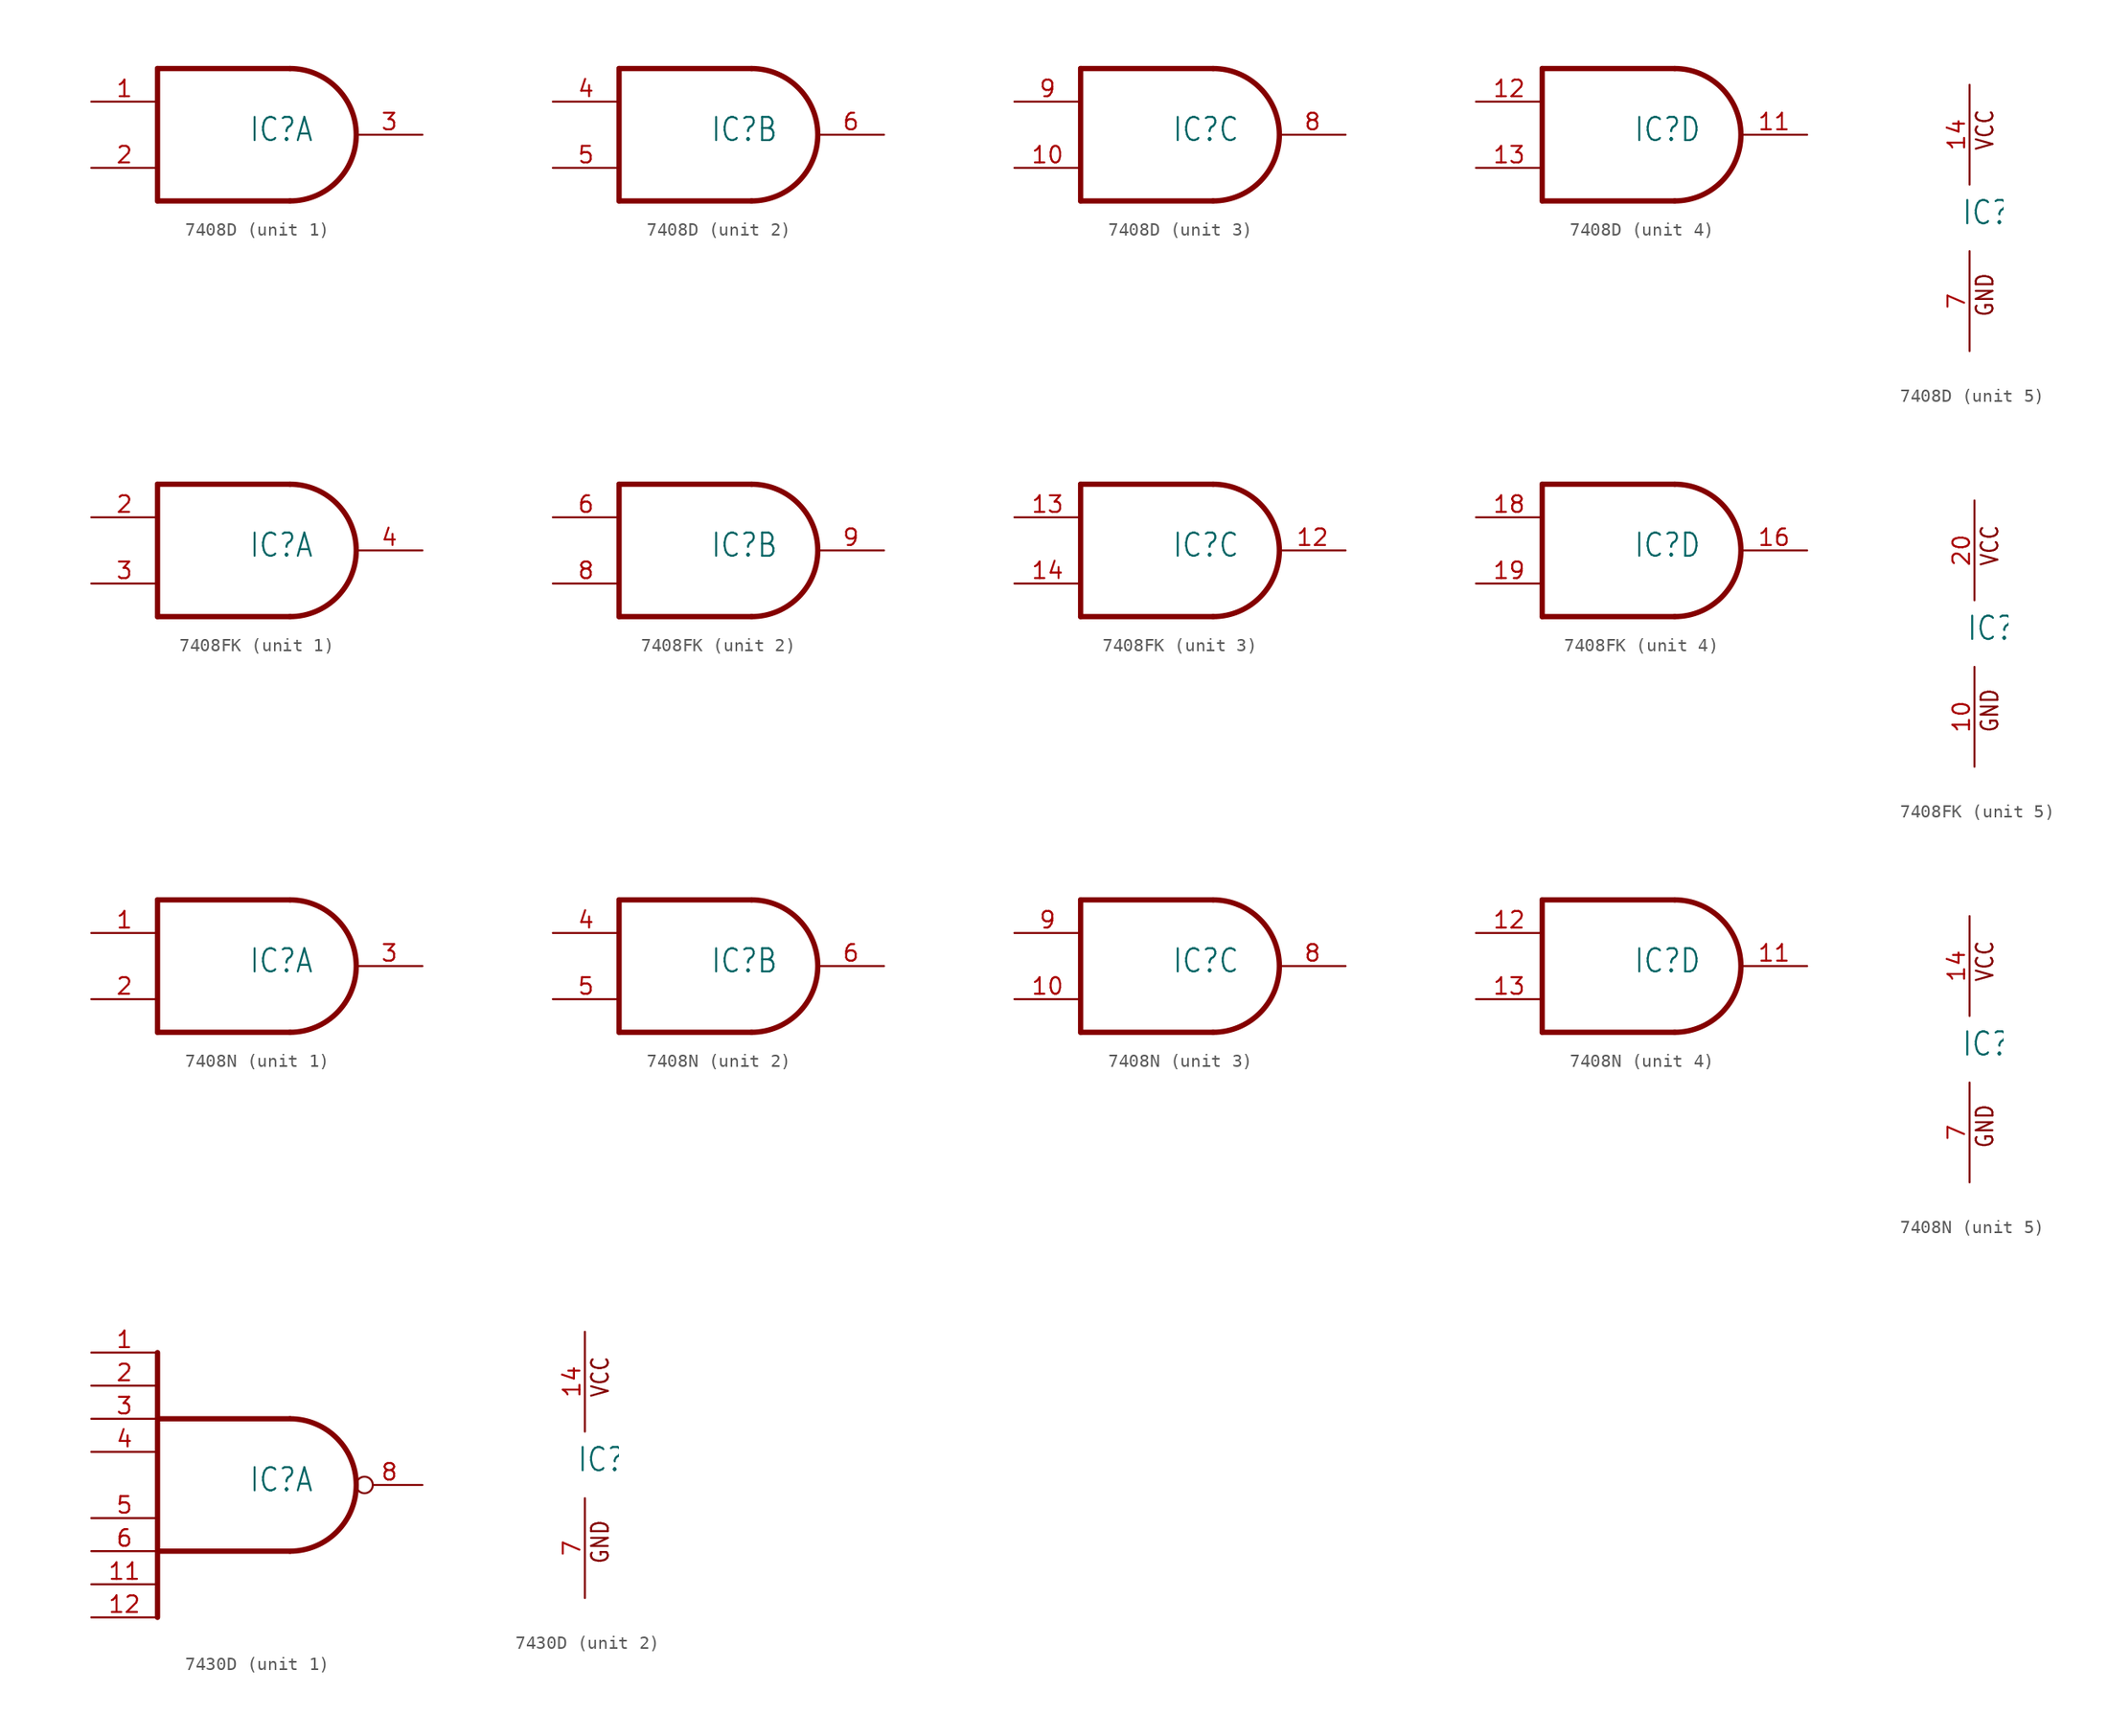
<source format=kicad_sym>
(kicad_symbol_lib
  (version 20220914)
  (generator kicad_symbol_editor)
  (symbol "7408D"
    (property "Reference" "IC"
      (at -0.635 -0.635 0)
      (effects (font (size 1.778 1.511)) (justify left bottom)))
    (property "ki_locked" ""
      (at 0 0 0)
      (effects (font (size 1.27 1.27))))
    (symbol "7408D_1_0"
      (polyline (pts (xy -7.62 -5.08) (xy 2.54 -5.08)) (stroke (width 0.406) (type solid)) (fill (type none)))
      (polyline (pts (xy -7.62 5.08) (xy -7.62 -5.08)) (stroke (width 0.406) (type solid)) (fill (type none)))
      (polyline (pts (xy 2.54 5.08) (xy -7.62 5.08)) (stroke (width 0.406) (type solid)) (fill (type none)))
      (arc (start 2.5398 -5.08) (mid 7.5978 -0.0001) (end 2.54 5.08) (stroke (width 0.4064) (type solid)) (fill (type none)))
      (pin input line (at -12.7 2.54 0) (length 5.08) (name "I0" (effects (font (size 0 0)))) (number "1" (effects (font (size 1.27 1.27)))))
      (pin input line (at -12.7 -2.54 0) (length 5.08) (name "I1" (effects (font (size 0 0)))) (number "2" (effects (font (size 1.27 1.27)))))
      (pin output line (at 12.7 0 180) (length 5.08) (name "O" (effects (font (size 0 0)))) (number "3" (effects (font (size 1.27 1.27))))))
    (symbol "7408D_2_0"
      (polyline (pts (xy -7.62 -5.08) (xy 2.54 -5.08)) (stroke (width 0.406) (type solid)) (fill (type none)))
      (polyline (pts (xy -7.62 5.08) (xy -7.62 -5.08)) (stroke (width 0.406) (type solid)) (fill (type none)))
      (polyline (pts (xy 2.54 5.08) (xy -7.62 5.08)) (stroke (width 0.406) (type solid)) (fill (type none)))
      (arc (start 2.5398 -5.08) (mid 7.5978 -0.0001) (end 2.54 5.08) (stroke (width 0.4064) (type solid)) (fill (type none)))
      (pin input line (at -12.7 2.54 0) (length 5.08) (name "I0" (effects (font (size 0 0)))) (number "4" (effects (font (size 1.27 1.27)))))
      (pin input line (at -12.7 -2.54 0) (length 5.08) (name "I1" (effects (font (size 0 0)))) (number "5" (effects (font (size 1.27 1.27)))))
      (pin output line (at 12.7 0 180) (length 5.08) (name "O" (effects (font (size 0 0)))) (number "6" (effects (font (size 1.27 1.27))))))
    (symbol "7408D_3_0"
      (polyline (pts (xy -7.62 -5.08) (xy 2.54 -5.08)) (stroke (width 0.406) (type solid)) (fill (type none)))
      (polyline (pts (xy -7.62 5.08) (xy -7.62 -5.08)) (stroke (width 0.406) (type solid)) (fill (type none)))
      (polyline (pts (xy 2.54 5.08) (xy -7.62 5.08)) (stroke (width 0.406) (type solid)) (fill (type none)))
      (arc (start 2.5398 -5.08) (mid 7.5978 -0.0001) (end 2.54 5.08) (stroke (width 0.4064) (type solid)) (fill (type none)))
      (pin input line (at -12.7 -2.54 0) (length 5.08) (name "I1" (effects (font (size 0 0)))) (number "10" (effects (font (size 1.27 1.27)))))
      (pin output line (at 12.7 0 180) (length 5.08) (name "O" (effects (font (size 0 0)))) (number "8" (effects (font (size 1.27 1.27)))))
      (pin input line (at -12.7 2.54 0) (length 5.08) (name "I0" (effects (font (size 0 0)))) (number "9" (effects (font (size 1.27 1.27))))))
    (symbol "7408D_4_0"
      (polyline (pts (xy -7.62 -5.08) (xy 2.54 -5.08)) (stroke (width 0.406) (type solid)) (fill (type none)))
      (polyline (pts (xy -7.62 5.08) (xy -7.62 -5.08)) (stroke (width 0.406) (type solid)) (fill (type none)))
      (polyline (pts (xy 2.54 5.08) (xy -7.62 5.08)) (stroke (width 0.406) (type solid)) (fill (type none)))
      (arc (start 2.5398 -5.08) (mid 7.5978 -0.0001) (end 2.54 5.08) (stroke (width 0.4064) (type solid)) (fill (type none)))
      (pin output line (at 12.7 0 180) (length 5.08) (name "O" (effects (font (size 0 0)))) (number "11" (effects (font (size 1.27 1.27)))))
      (pin input line (at -12.7 2.54 0) (length 5.08) (name "I0" (effects (font (size 0 0)))) (number "12" (effects (font (size 1.27 1.27)))))
      (pin input line (at -12.7 -2.54 0) (length 5.08) (name "I1" (effects (font (size 0 0)))) (number "13" (effects (font (size 1.27 1.27))))))
    (symbol "7408D_5_0"
      (text "GND" (at 1.905 -7.62 900) (effects (font (size 1.27 1.079)) (justify left bottom)))
      (text "VCC" (at 1.905 5.08 900) (effects (font (size 1.27 1.079)) (justify left bottom)))
      (pin power_in line (at 0 10.16 270) (length 7.62) (name "VCC" (effects (font (size 0 0)))) (number "14" (effects (font (size 1.27 1.27)))))
      (pin power_in line (at 0 -10.16 90) (length 7.62) (name "GND" (effects (font (size 0 0)))) (number "7" (effects (font (size 1.27 1.27)))))))
  (symbol "7408FK"
    (property "Reference" "IC"
      (at -0.635 -0.635 0)
      (effects (font (size 1.778 1.511)) (justify left bottom)))
    (property "ki_locked" ""
      (at 0 0 0)
      (effects (font (size 1.27 1.27))))
    (symbol "7408FK_1_0"
      (polyline (pts (xy -7.62 -5.08) (xy 2.54 -5.08)) (stroke (width 0.406) (type solid)) (fill (type none)))
      (polyline (pts (xy -7.62 5.08) (xy -7.62 -5.08)) (stroke (width 0.406) (type solid)) (fill (type none)))
      (polyline (pts (xy 2.54 5.08) (xy -7.62 5.08)) (stroke (width 0.406) (type solid)) (fill (type none)))
      (arc (start 2.5398 -5.08) (mid 7.5978 -0.0001) (end 2.54 5.08) (stroke (width 0.4064) (type solid)) (fill (type none)))
      (pin input line (at -12.7 2.54 0) (length 5.08) (name "I0" (effects (font (size 0 0)))) (number "2" (effects (font (size 1.27 1.27)))))
      (pin input line (at -12.7 -2.54 0) (length 5.08) (name "I1" (effects (font (size 0 0)))) (number "3" (effects (font (size 1.27 1.27)))))
      (pin output line (at 12.7 0 180) (length 5.08) (name "O" (effects (font (size 0 0)))) (number "4" (effects (font (size 1.27 1.27))))))
    (symbol "7408FK_2_0"
      (polyline (pts (xy -7.62 -5.08) (xy 2.54 -5.08)) (stroke (width 0.406) (type solid)) (fill (type none)))
      (polyline (pts (xy -7.62 5.08) (xy -7.62 -5.08)) (stroke (width 0.406) (type solid)) (fill (type none)))
      (polyline (pts (xy 2.54 5.08) (xy -7.62 5.08)) (stroke (width 0.406) (type solid)) (fill (type none)))
      (arc (start 2.5398 -5.08) (mid 7.5978 -0.0001) (end 2.54 5.08) (stroke (width 0.4064) (type solid)) (fill (type none)))
      (pin input line (at -12.7 2.54 0) (length 5.08) (name "I0" (effects (font (size 0 0)))) (number "6" (effects (font (size 1.27 1.27)))))
      (pin input line (at -12.7 -2.54 0) (length 5.08) (name "I1" (effects (font (size 0 0)))) (number "8" (effects (font (size 1.27 1.27)))))
      (pin output line (at 12.7 0 180) (length 5.08) (name "O" (effects (font (size 0 0)))) (number "9" (effects (font (size 1.27 1.27))))))
    (symbol "7408FK_3_0"
      (polyline (pts (xy -7.62 -5.08) (xy 2.54 -5.08)) (stroke (width 0.406) (type solid)) (fill (type none)))
      (polyline (pts (xy -7.62 5.08) (xy -7.62 -5.08)) (stroke (width 0.406) (type solid)) (fill (type none)))
      (polyline (pts (xy 2.54 5.08) (xy -7.62 5.08)) (stroke (width 0.406) (type solid)) (fill (type none)))
      (arc (start 2.5398 -5.08) (mid 7.5978 -0.0001) (end 2.54 5.08) (stroke (width 0.4064) (type solid)) (fill (type none)))
      (pin output line (at 12.7 0 180) (length 5.08) (name "O" (effects (font (size 0 0)))) (number "12" (effects (font (size 1.27 1.27)))))
      (pin input line (at -12.7 2.54 0) (length 5.08) (name "I0" (effects (font (size 0 0)))) (number "13" (effects (font (size 1.27 1.27)))))
      (pin input line (at -12.7 -2.54 0) (length 5.08) (name "I1" (effects (font (size 0 0)))) (number "14" (effects (font (size 1.27 1.27))))))
    (symbol "7408FK_4_0"
      (polyline (pts (xy -7.62 -5.08) (xy 2.54 -5.08)) (stroke (width 0.406) (type solid)) (fill (type none)))
      (polyline (pts (xy -7.62 5.08) (xy -7.62 -5.08)) (stroke (width 0.406) (type solid)) (fill (type none)))
      (polyline (pts (xy 2.54 5.08) (xy -7.62 5.08)) (stroke (width 0.406) (type solid)) (fill (type none)))
      (arc (start 2.5398 -5.08) (mid 7.5978 -0.0001) (end 2.54 5.08) (stroke (width 0.4064) (type solid)) (fill (type none)))
      (pin output line (at 12.7 0 180) (length 5.08) (name "O" (effects (font (size 0 0)))) (number "16" (effects (font (size 1.27 1.27)))))
      (pin input line (at -12.7 2.54 0) (length 5.08) (name "I0" (effects (font (size 0 0)))) (number "18" (effects (font (size 1.27 1.27)))))
      (pin input line (at -12.7 -2.54 0) (length 5.08) (name "I1" (effects (font (size 0 0)))) (number "19" (effects (font (size 1.27 1.27))))))
    (symbol "7408FK_5_0"
      (text "GND" (at 1.905 -7.62 900) (effects (font (size 1.27 1.079)) (justify left bottom)))
      (text "VCC" (at 1.905 5.08 900) (effects (font (size 1.27 1.079)) (justify left bottom)))
      (pin power_in line (at 0 -10.16 90) (length 7.62) (name "GND" (effects (font (size 0 0)))) (number "10" (effects (font (size 1.27 1.27)))))
      (pin power_in line (at 0 10.16 270) (length 7.62) (name "VCC" (effects (font (size 0 0)))) (number "20" (effects (font (size 1.27 1.27)))))))
  (symbol "7408N"
    (property "Reference" "IC"
      (at -0.635 -0.635 0)
      (effects (font (size 1.778 1.511)) (justify left bottom)))
    (property "ki_locked" ""
      (at 0 0 0)
      (effects (font (size 1.27 1.27))))
    (symbol "7408N_1_0"
      (polyline (pts (xy -7.62 -5.08) (xy 2.54 -5.08)) (stroke (width 0.406) (type solid)) (fill (type none)))
      (polyline (pts (xy -7.62 5.08) (xy -7.62 -5.08)) (stroke (width 0.406) (type solid)) (fill (type none)))
      (polyline (pts (xy 2.54 5.08) (xy -7.62 5.08)) (stroke (width 0.406) (type solid)) (fill (type none)))
      (arc (start 2.5398 -5.08) (mid 7.5978 -0.0001) (end 2.54 5.08) (stroke (width 0.4064) (type solid)) (fill (type none)))
      (pin input line (at -12.7 2.54 0) (length 5.08) (name "I0" (effects (font (size 0 0)))) (number "1" (effects (font (size 1.27 1.27)))))
      (pin input line (at -12.7 -2.54 0) (length 5.08) (name "I1" (effects (font (size 0 0)))) (number "2" (effects (font (size 1.27 1.27)))))
      (pin output line (at 12.7 0 180) (length 5.08) (name "O" (effects (font (size 0 0)))) (number "3" (effects (font (size 1.27 1.27))))))
    (symbol "7408N_2_0"
      (polyline (pts (xy -7.62 -5.08) (xy 2.54 -5.08)) (stroke (width 0.406) (type solid)) (fill (type none)))
      (polyline (pts (xy -7.62 5.08) (xy -7.62 -5.08)) (stroke (width 0.406) (type solid)) (fill (type none)))
      (polyline (pts (xy 2.54 5.08) (xy -7.62 5.08)) (stroke (width 0.406) (type solid)) (fill (type none)))
      (arc (start 2.5398 -5.08) (mid 7.5978 -0.0001) (end 2.54 5.08) (stroke (width 0.4064) (type solid)) (fill (type none)))
      (pin input line (at -12.7 2.54 0) (length 5.08) (name "I0" (effects (font (size 0 0)))) (number "4" (effects (font (size 1.27 1.27)))))
      (pin input line (at -12.7 -2.54 0) (length 5.08) (name "I1" (effects (font (size 0 0)))) (number "5" (effects (font (size 1.27 1.27)))))
      (pin output line (at 12.7 0 180) (length 5.08) (name "O" (effects (font (size 0 0)))) (number "6" (effects (font (size 1.27 1.27))))))
    (symbol "7408N_3_0"
      (polyline (pts (xy -7.62 -5.08) (xy 2.54 -5.08)) (stroke (width 0.406) (type solid)) (fill (type none)))
      (polyline (pts (xy -7.62 5.08) (xy -7.62 -5.08)) (stroke (width 0.406) (type solid)) (fill (type none)))
      (polyline (pts (xy 2.54 5.08) (xy -7.62 5.08)) (stroke (width 0.406) (type solid)) (fill (type none)))
      (arc (start 2.5398 -5.08) (mid 7.5978 -0.0001) (end 2.54 5.08) (stroke (width 0.4064) (type solid)) (fill (type none)))
      (pin input line (at -12.7 -2.54 0) (length 5.08) (name "I1" (effects (font (size 0 0)))) (number "10" (effects (font (size 1.27 1.27)))))
      (pin output line (at 12.7 0 180) (length 5.08) (name "O" (effects (font (size 0 0)))) (number "8" (effects (font (size 1.27 1.27)))))
      (pin input line (at -12.7 2.54 0) (length 5.08) (name "I0" (effects (font (size 0 0)))) (number "9" (effects (font (size 1.27 1.27))))))
    (symbol "7408N_4_0"
      (polyline (pts (xy -7.62 -5.08) (xy 2.54 -5.08)) (stroke (width 0.406) (type solid)) (fill (type none)))
      (polyline (pts (xy -7.62 5.08) (xy -7.62 -5.08)) (stroke (width 0.406) (type solid)) (fill (type none)))
      (polyline (pts (xy 2.54 5.08) (xy -7.62 5.08)) (stroke (width 0.406) (type solid)) (fill (type none)))
      (arc (start 2.5398 -5.08) (mid 7.5978 -0.0001) (end 2.54 5.08) (stroke (width 0.4064) (type solid)) (fill (type none)))
      (pin output line (at 12.7 0 180) (length 5.08) (name "O" (effects (font (size 0 0)))) (number "11" (effects (font (size 1.27 1.27)))))
      (pin input line (at -12.7 2.54 0) (length 5.08) (name "I0" (effects (font (size 0 0)))) (number "12" (effects (font (size 1.27 1.27)))))
      (pin input line (at -12.7 -2.54 0) (length 5.08) (name "I1" (effects (font (size 0 0)))) (number "13" (effects (font (size 1.27 1.27))))))
    (symbol "7408N_5_0"
      (text "GND" (at 1.905 -7.62 900) (effects (font (size 1.27 1.079)) (justify left bottom)))
      (text "VCC" (at 1.905 5.08 900) (effects (font (size 1.27 1.079)) (justify left bottom)))
      (pin power_in line (at 0 10.16 270) (length 7.62) (name "VCC" (effects (font (size 0 0)))) (number "14" (effects (font (size 1.27 1.27)))))
      (pin power_in line (at 0 -10.16 90) (length 7.62) (name "GND" (effects (font (size 0 0)))) (number "7" (effects (font (size 1.27 1.27)))))))
  (symbol "7430D"
    (property "Reference" "IC"
      (at -0.635 -0.635 0)
      (effects (font (size 1.778 1.511)) (justify left bottom)))
    (property "ki_locked" ""
      (at 0 0 0)
      (effects (font (size 1.27 1.27))))
    (symbol "7430D_1_0"
      (polyline (pts (xy -7.62 -5.08) (xy 2.54 -5.08)) (stroke (width 0.406) (type solid)) (fill (type none)))
      (polyline (pts (xy -7.62 5.08) (xy 2.54 5.08)) (stroke (width 0.406) (type solid)) (fill (type none)))
      (polyline (pts (xy -7.62 10.16) (xy -7.62 -10.16)) (stroke (width 0.406) (type solid)) (fill (type none)))
      (arc (start 2.5398 -5.08) (mid 7.5978 -0.0001) (end 2.54 5.08) (stroke (width 0.4064) (type solid)) (fill (type none)))
      (pin input line (at -12.7 10.16 0) (length 5.08) (name "I0" (effects (font (size 0 0)))) (number "1" (effects (font (size 1.27 1.27)))))
      (pin input line (at -12.7 -7.62 0) (length 5.08) (name "I6" (effects (font (size 0 0)))) (number "11" (effects (font (size 1.27 1.27)))))
      (pin input line (at -12.7 -10.16 0) (length 5.08) (name "I7" (effects (font (size 0 0)))) (number "12" (effects (font (size 1.27 1.27)))))
      (pin input line (at -12.7 7.62 0) (length 5.08) (name "I1" (effects (font (size 0 0)))) (number "2" (effects (font (size 1.27 1.27)))))
      (pin input line (at -12.7 5.08 0) (length 5.08) (name "I2" (effects (font (size 0 0)))) (number "3" (effects (font (size 1.27 1.27)))))
      (pin input line (at -12.7 2.54 0) (length 5.08) (name "I3" (effects (font (size 0 0)))) (number "4" (effects (font (size 1.27 1.27)))))
      (pin input line (at -12.7 -2.54 0) (length 5.08) (name "I4" (effects (font (size 0 0)))) (number "5" (effects (font (size 1.27 1.27)))))
      (pin input line (at -12.7 -5.08 0) (length 5.08) (name "I5" (effects (font (size 0 0)))) (number "6" (effects (font (size 1.27 1.27)))))
      (pin output inverted (at 12.7 0 180) (length 5.08) (name "O" (effects (font (size 0 0)))) (number "8" (effects (font (size 1.27 1.27))))))
    (symbol "7430D_2_0"
      (text "GND" (at 1.905 -7.62 900) (effects (font (size 1.27 1.079)) (justify left bottom)))
      (text "VCC" (at 1.905 5.08 900) (effects (font (size 1.27 1.079)) (justify left bottom)))
      (pin power_in line (at 0 10.16 270) (length 7.62) (name "VCC" (effects (font (size 0 0)))) (number "14" (effects (font (size 1.27 1.27)))))
      (pin power_in line (at 0 -10.16 90) (length 7.62) (name "GND" (effects (font (size 0 0)))) (number "7" (effects (font (size 1.27 1.27))))))))
</source>
